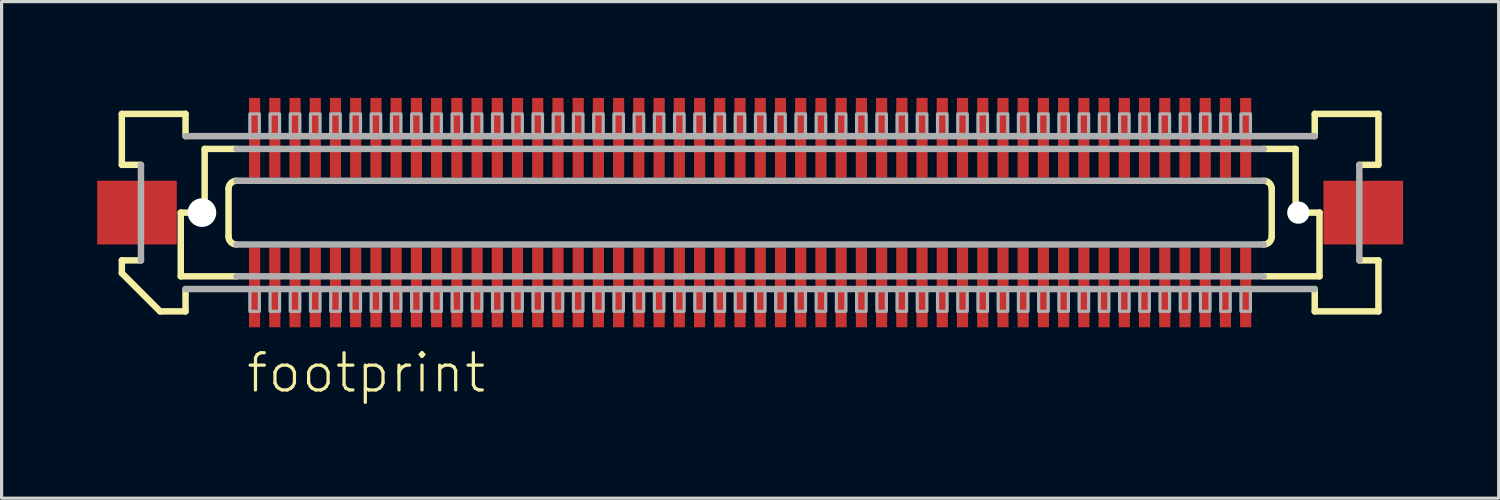
<source format=kicad_pcb>
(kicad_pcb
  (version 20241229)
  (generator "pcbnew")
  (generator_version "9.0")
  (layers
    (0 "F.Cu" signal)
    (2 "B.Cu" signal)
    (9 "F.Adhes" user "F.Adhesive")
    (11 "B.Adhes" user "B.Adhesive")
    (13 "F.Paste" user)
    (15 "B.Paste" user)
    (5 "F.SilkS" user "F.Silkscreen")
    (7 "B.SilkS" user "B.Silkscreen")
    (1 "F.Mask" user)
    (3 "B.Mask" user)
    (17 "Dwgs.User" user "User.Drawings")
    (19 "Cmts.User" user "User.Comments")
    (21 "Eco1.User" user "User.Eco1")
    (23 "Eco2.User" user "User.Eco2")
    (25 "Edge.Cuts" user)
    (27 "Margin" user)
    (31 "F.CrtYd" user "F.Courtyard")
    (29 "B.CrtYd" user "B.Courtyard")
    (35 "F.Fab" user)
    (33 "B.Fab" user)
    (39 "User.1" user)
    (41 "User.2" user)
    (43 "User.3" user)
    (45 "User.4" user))
  (footprint "footprint"
    (layer "F.Cu")
    (at 20.5 3.625)
    (property "Reference" "footprint" (at -15.875 5.715 0) (layer "F.SilkS") (effects (font (size 1.168 1.168) (thickness 0.102)) (justify left bottom)))
    (fp_poly (pts (xy -15.758 3.625) (xy -15.357 3.625) (xy -15.357 1.075) (xy -15.758 1.075)) (stroke (width 0) (type solid)) (fill yes) (layer "F.Mask"))
    (fp_poly (pts (xy -15.357 -3.625) (xy -15.758 -3.625) (xy -15.758 -1.075) (xy -15.357 -1.075)) (stroke (width 0) (type solid)) (fill yes) (layer "F.Mask"))
    (fp_poly (pts (xy -15.123 3.625) (xy -14.723 3.625) (xy -14.723 1.075) (xy -15.123 1.075)) (stroke (width 0) (type solid)) (fill yes) (layer "F.Mask"))
    (fp_poly (pts (xy -14.723 -3.625) (xy -15.123 -3.625) (xy -15.123 -1.075) (xy -14.723 -1.075)) (stroke (width 0) (type solid)) (fill yes) (layer "F.Mask"))
    (fp_poly (pts (xy -14.488 3.625) (xy -14.088 3.625) (xy -14.088 1.075) (xy -14.488 1.075)) (stroke (width 0) (type solid)) (fill yes) (layer "F.Mask"))
    (fp_poly (pts (xy -14.088 -3.625) (xy -14.488 -3.625) (xy -14.488 -1.075) (xy -14.088 -1.075)) (stroke (width 0) (type solid)) (fill yes) (layer "F.Mask"))
    (fp_poly (pts (xy -13.852 3.625) (xy -13.453 3.625) (xy -13.453 1.075) (xy -13.852 1.075)) (stroke (width 0) (type solid)) (fill yes) (layer "F.Mask"))
    (fp_poly (pts (xy -13.453 -3.625) (xy -13.852 -3.625) (xy -13.852 -1.075) (xy -13.453 -1.075)) (stroke (width 0) (type solid)) (fill yes) (layer "F.Mask"))
    (fp_poly (pts (xy -13.217 3.625) (xy -12.818 3.625) (xy -12.818 1.075) (xy -13.217 1.075)) (stroke (width 0) (type solid)) (fill yes) (layer "F.Mask"))
    (fp_poly (pts (xy -12.818 -3.625) (xy -13.217 -3.625) (xy -13.217 -1.075) (xy -12.818 -1.075)) (stroke (width 0) (type solid)) (fill yes) (layer "F.Mask"))
    (fp_poly (pts (xy -12.582 3.625) (xy -12.182 3.625) (xy -12.182 1.075) (xy -12.582 1.075)) (stroke (width 0) (type solid)) (fill yes) (layer "F.Mask"))
    (fp_poly (pts (xy -12.182 -3.625) (xy -12.582 -3.625) (xy -12.582 -1.075) (xy -12.182 -1.075)) (stroke (width 0) (type solid)) (fill yes) (layer "F.Mask"))
    (fp_poly (pts (xy -11.947 3.625) (xy -11.547 3.625) (xy -11.547 1.075) (xy -11.947 1.075)) (stroke (width 0) (type solid)) (fill yes) (layer "F.Mask"))
    (fp_poly (pts (xy -11.547 -3.625) (xy -11.947 -3.625) (xy -11.947 -1.075) (xy -11.547 -1.075)) (stroke (width 0) (type solid)) (fill yes) (layer "F.Mask"))
    (fp_poly (pts (xy -11.312 3.625) (xy -10.912 3.625) (xy -10.912 1.075) (xy -11.312 1.075)) (stroke (width 0) (type solid)) (fill yes) (layer "F.Mask"))
    (fp_poly (pts (xy -10.912 -3.625) (xy -11.312 -3.625) (xy -11.312 -1.075) (xy -10.912 -1.075)) (stroke (width 0) (type solid)) (fill yes) (layer "F.Mask"))
    (fp_poly (pts (xy -10.678 3.625) (xy -10.277 3.625) (xy -10.277 1.075) (xy -10.678 1.075)) (stroke (width 0) (type solid)) (fill yes) (layer "F.Mask"))
    (fp_poly (pts (xy -10.277 -3.625) (xy -10.678 -3.625) (xy -10.678 -1.075) (xy -10.277 -1.075)) (stroke (width 0) (type solid)) (fill yes) (layer "F.Mask"))
    (fp_poly (pts (xy -10.043 3.625) (xy -9.643 3.625) (xy -9.643 1.075) (xy -10.043 1.075)) (stroke (width 0) (type solid)) (fill yes) (layer "F.Mask"))
    (fp_poly (pts (xy -9.643 -3.625) (xy -10.043 -3.625) (xy -10.043 -1.075) (xy -9.643 -1.075)) (stroke (width 0) (type solid)) (fill yes) (layer "F.Mask"))
    (fp_poly (pts (xy -9.408 3.625) (xy -9.008 3.625) (xy -9.008 1.075) (xy -9.408 1.075)) (stroke (width 0) (type solid)) (fill yes) (layer "F.Mask"))
    (fp_poly (pts (xy -9.008 -3.625) (xy -9.408 -3.625) (xy -9.408 -1.075) (xy -9.008 -1.075)) (stroke (width 0) (type solid)) (fill yes) (layer "F.Mask"))
    (fp_poly (pts (xy -8.773 3.625) (xy -8.373 3.625) (xy -8.373 1.075) (xy -8.773 1.075)) (stroke (width 0) (type solid)) (fill yes) (layer "F.Mask"))
    (fp_poly (pts (xy -8.373 -3.625) (xy -8.773 -3.625) (xy -8.773 -1.075) (xy -8.373 -1.075)) (stroke (width 0) (type solid)) (fill yes) (layer "F.Mask"))
    (fp_poly (pts (xy -8.137 3.625) (xy -7.737 3.625) (xy -7.737 1.075) (xy -8.137 1.075)) (stroke (width 0) (type solid)) (fill yes) (layer "F.Mask"))
    (fp_poly (pts (xy -7.737 -3.625) (xy -8.137 -3.625) (xy -8.137 -1.075) (xy -7.737 -1.075)) (stroke (width 0) (type solid)) (fill yes) (layer "F.Mask"))
    (fp_poly (pts (xy -7.503 3.625) (xy -7.103 3.625) (xy -7.103 1.075) (xy -7.503 1.075)) (stroke (width 0) (type solid)) (fill yes) (layer "F.Mask"))
    (fp_poly (pts (xy -7.103 -3.625) (xy -7.503 -3.625) (xy -7.503 -1.075) (xy -7.103 -1.075)) (stroke (width 0) (type solid)) (fill yes) (layer "F.Mask"))
    (fp_poly (pts (xy -6.867 3.625) (xy -6.468 3.625) (xy -6.468 1.075) (xy -6.867 1.075)) (stroke (width 0) (type solid)) (fill yes) (layer "F.Mask"))
    (fp_poly (pts (xy -6.468 -3.625) (xy -6.867 -3.625) (xy -6.867 -1.075) (xy -6.468 -1.075)) (stroke (width 0) (type solid)) (fill yes) (layer "F.Mask"))
    (fp_poly (pts (xy -6.232 3.625) (xy -5.832 3.625) (xy -5.832 1.075) (xy -6.232 1.075)) (stroke (width 0) (type solid)) (fill yes) (layer "F.Mask"))
    (fp_poly (pts (xy -5.832 -3.625) (xy -6.232 -3.625) (xy -6.232 -1.075) (xy -5.832 -1.075)) (stroke (width 0) (type solid)) (fill yes) (layer "F.Mask"))
    (fp_poly (pts (xy -5.598 3.625) (xy -5.197 3.625) (xy -5.197 1.075) (xy -5.598 1.075)) (stroke (width 0) (type solid)) (fill yes) (layer "F.Mask"))
    (fp_poly (pts (xy -5.197 -3.625) (xy -5.598 -3.625) (xy -5.598 -1.075) (xy -5.197 -1.075)) (stroke (width 0) (type solid)) (fill yes) (layer "F.Mask"))
    (fp_poly (pts (xy -4.963 3.625) (xy -4.562 3.625) (xy -4.562 1.075) (xy -4.963 1.075)) (stroke (width 0) (type solid)) (fill yes) (layer "F.Mask"))
    (fp_poly (pts (xy -4.562 -3.625) (xy -4.963 -3.625) (xy -4.963 -1.075) (xy -4.562 -1.075)) (stroke (width 0) (type solid)) (fill yes) (layer "F.Mask"))
    (fp_poly (pts (xy -4.327 3.625) (xy -3.928 3.625) (xy -3.928 1.075) (xy -4.327 1.075)) (stroke (width 0) (type solid)) (fill yes) (layer "F.Mask"))
    (fp_poly (pts (xy -3.928 -3.625) (xy -4.327 -3.625) (xy -4.327 -1.075) (xy -3.928 -1.075)) (stroke (width 0) (type solid)) (fill yes) (layer "F.Mask"))
    (fp_poly (pts (xy -3.692 3.625) (xy -3.292 3.625) (xy -3.292 1.075) (xy -3.692 1.075)) (stroke (width 0) (type solid)) (fill yes) (layer "F.Mask"))
    (fp_poly (pts (xy -3.292 -3.625) (xy -3.692 -3.625) (xy -3.692 -1.075) (xy -3.292 -1.075)) (stroke (width 0) (type solid)) (fill yes) (layer "F.Mask"))
    (fp_poly (pts (xy -3.058 3.625) (xy -2.658 3.625) (xy -2.658 1.075) (xy -3.058 1.075)) (stroke (width 0) (type solid)) (fill yes) (layer "F.Mask"))
    (fp_poly (pts (xy -2.658 -3.625) (xy -3.058 -3.625) (xy -3.058 -1.075) (xy -2.658 -1.075)) (stroke (width 0) (type solid)) (fill yes) (layer "F.Mask"))
    (fp_poly (pts (xy -2.422 3.625) (xy -2.022 3.625) (xy -2.022 1.075) (xy -2.422 1.075)) (stroke (width 0) (type solid)) (fill yes) (layer "F.Mask"))
    (fp_poly (pts (xy -2.022 -3.625) (xy -2.422 -3.625) (xy -2.422 -1.075) (xy -2.022 -1.075)) (stroke (width 0) (type solid)) (fill yes) (layer "F.Mask"))
    (fp_poly (pts (xy -1.788 3.625) (xy -1.387 3.625) (xy -1.387 1.075) (xy -1.788 1.075)) (stroke (width 0) (type solid)) (fill yes) (layer "F.Mask"))
    (fp_poly (pts (xy -1.387 -3.625) (xy -1.788 -3.625) (xy -1.788 -1.075) (xy -1.387 -1.075)) (stroke (width 0) (type solid)) (fill yes) (layer "F.Mask"))
    (fp_poly (pts (xy -1.153 3.625) (xy -0.752 3.625) (xy -0.752 1.075) (xy -1.153 1.075)) (stroke (width 0) (type solid)) (fill yes) (layer "F.Mask"))
    (fp_poly (pts (xy -0.752 -3.625) (xy -1.153 -3.625) (xy -1.153 -1.075) (xy -0.752 -1.075)) (stroke (width 0) (type solid)) (fill yes) (layer "F.Mask"))
    (fp_poly (pts (xy -0.517 3.625) (xy -0.117 3.625) (xy -0.117 1.075) (xy -0.517 1.075)) (stroke (width 0) (type solid)) (fill yes) (layer "F.Mask"))
    (fp_poly (pts (xy -0.117 -3.625) (xy -0.517 -3.625) (xy -0.517 -1.075) (xy -0.117 -1.075)) (stroke (width 0) (type solid)) (fill yes) (layer "F.Mask"))
    (fp_poly (pts (xy 0.117 3.625) (xy 0.517 3.625) (xy 0.517 1.075) (xy 0.117 1.075)) (stroke (width 0) (type solid)) (fill yes) (layer "F.Mask"))
    (fp_poly (pts (xy 0.517 -3.625) (xy 0.117 -3.625) (xy 0.117 -1.075) (xy 0.517 -1.075)) (stroke (width 0) (type solid)) (fill yes) (layer "F.Mask"))
    (fp_poly (pts (xy 0.752 3.625) (xy 1.153 3.625) (xy 1.153 1.075) (xy 0.752 1.075)) (stroke (width 0) (type solid)) (fill yes) (layer "F.Mask"))
    (fp_poly (pts (xy 1.153 -3.625) (xy 0.752 -3.625) (xy 0.752 -1.075) (xy 1.153 -1.075)) (stroke (width 0) (type solid)) (fill yes) (layer "F.Mask"))
    (fp_poly (pts (xy 1.387 3.625) (xy 1.788 3.625) (xy 1.788 1.075) (xy 1.387 1.075)) (stroke (width 0) (type solid)) (fill yes) (layer "F.Mask"))
    (fp_poly (pts (xy 1.788 -3.625) (xy 1.387 -3.625) (xy 1.387 -1.075) (xy 1.788 -1.075)) (stroke (width 0) (type solid)) (fill yes) (layer "F.Mask"))
    (fp_poly (pts (xy 2.022 3.625) (xy 2.422 3.625) (xy 2.422 1.075) (xy 2.022 1.075)) (stroke (width 0) (type solid)) (fill yes) (layer "F.Mask"))
    (fp_poly (pts (xy 2.422 -3.625) (xy 2.022 -3.625) (xy 2.022 -1.075) (xy 2.422 -1.075)) (stroke (width 0) (type solid)) (fill yes) (layer "F.Mask"))
    (fp_poly (pts (xy 2.658 3.625) (xy 3.058 3.625) (xy 3.058 1.075) (xy 2.658 1.075)) (stroke (width 0) (type solid)) (fill yes) (layer "F.Mask"))
    (fp_poly (pts (xy 3.058 -3.625) (xy 2.658 -3.625) (xy 2.658 -1.075) (xy 3.058 -1.075)) (stroke (width 0) (type solid)) (fill yes) (layer "F.Mask"))
    (fp_poly (pts (xy 3.292 3.625) (xy 3.692 3.625) (xy 3.692 1.075) (xy 3.292 1.075)) (stroke (width 0) (type solid)) (fill yes) (layer "F.Mask"))
    (fp_poly (pts (xy 3.692 -3.625) (xy 3.292 -3.625) (xy 3.292 -1.075) (xy 3.692 -1.075)) (stroke (width 0) (type solid)) (fill yes) (layer "F.Mask"))
    (fp_poly (pts (xy 3.928 3.625) (xy 4.327 3.625) (xy 4.327 1.075) (xy 3.928 1.075)) (stroke (width 0) (type solid)) (fill yes) (layer "F.Mask"))
    (fp_poly (pts (xy 4.327 -3.625) (xy 3.928 -3.625) (xy 3.928 -1.075) (xy 4.327 -1.075)) (stroke (width 0) (type solid)) (fill yes) (layer "F.Mask"))
    (fp_poly (pts (xy 4.562 3.625) (xy 4.963 3.625) (xy 4.963 1.075) (xy 4.562 1.075)) (stroke (width 0) (type solid)) (fill yes) (layer "F.Mask"))
    (fp_poly (pts (xy 4.963 -3.625) (xy 4.562 -3.625) (xy 4.562 -1.075) (xy 4.963 -1.075)) (stroke (width 0) (type solid)) (fill yes) (layer "F.Mask"))
    (fp_poly (pts (xy 5.197 3.625) (xy 5.598 3.625) (xy 5.598 1.075) (xy 5.197 1.075)) (stroke (width 0) (type solid)) (fill yes) (layer "F.Mask"))
    (fp_poly (pts (xy 5.598 -3.625) (xy 5.197 -3.625) (xy 5.197 -1.075) (xy 5.598 -1.075)) (stroke (width 0) (type solid)) (fill yes) (layer "F.Mask"))
    (fp_poly (pts (xy 5.832 3.625) (xy 6.232 3.625) (xy 6.232 1.075) (xy 5.832 1.075)) (stroke (width 0) (type solid)) (fill yes) (layer "F.Mask"))
    (fp_poly (pts (xy 6.232 -3.625) (xy 5.832 -3.625) (xy 5.832 -1.075) (xy 6.232 -1.075)) (stroke (width 0) (type solid)) (fill yes) (layer "F.Mask"))
    (fp_poly (pts (xy 6.468 3.625) (xy 6.867 3.625) (xy 6.867 1.075) (xy 6.468 1.075)) (stroke (width 0) (type solid)) (fill yes) (layer "F.Mask"))
    (fp_poly (pts (xy 6.867 -3.625) (xy 6.468 -3.625) (xy 6.468 -1.075) (xy 6.867 -1.075)) (stroke (width 0) (type solid)) (fill yes) (layer "F.Mask"))
    (fp_poly (pts (xy 7.103 3.625) (xy 7.503 3.625) (xy 7.503 1.075) (xy 7.103 1.075)) (stroke (width 0) (type solid)) (fill yes) (layer "F.Mask"))
    (fp_poly (pts (xy 7.503 -3.625) (xy 7.103 -3.625) (xy 7.103 -1.075) (xy 7.503 -1.075)) (stroke (width 0) (type solid)) (fill yes) (layer "F.Mask"))
    (fp_poly (pts (xy 7.737 3.625) (xy 8.137 3.625) (xy 8.137 1.075) (xy 7.737 1.075)) (stroke (width 0) (type solid)) (fill yes) (layer "F.Mask"))
    (fp_poly (pts (xy 8.137 -3.625) (xy 7.737 -3.625) (xy 7.737 -1.075) (xy 8.137 -1.075)) (stroke (width 0) (type solid)) (fill yes) (layer "F.Mask"))
    (fp_poly (pts (xy 8.373 3.625) (xy 8.773 3.625) (xy 8.773 1.075) (xy 8.373 1.075)) (stroke (width 0) (type solid)) (fill yes) (layer "F.Mask"))
    (fp_poly (pts (xy 8.773 -3.625) (xy 8.373 -3.625) (xy 8.373 -1.075) (xy 8.773 -1.075)) (stroke (width 0) (type solid)) (fill yes) (layer "F.Mask"))
    (fp_poly (pts (xy 9.008 3.625) (xy 9.408 3.625) (xy 9.408 1.075) (xy 9.008 1.075)) (stroke (width 0) (type solid)) (fill yes) (layer "F.Mask"))
    (fp_poly (pts (xy 9.408 -3.625) (xy 9.008 -3.625) (xy 9.008 -1.075) (xy 9.408 -1.075)) (stroke (width 0) (type solid)) (fill yes) (layer "F.Mask"))
    (fp_poly (pts (xy 9.643 3.625) (xy 10.043 3.625) (xy 10.043 1.075) (xy 9.643 1.075)) (stroke (width 0) (type solid)) (fill yes) (layer "F.Mask"))
    (fp_poly (pts (xy 10.043 -3.625) (xy 9.643 -3.625) (xy 9.643 -1.075) (xy 10.043 -1.075)) (stroke (width 0) (type solid)) (fill yes) (layer "F.Mask"))
    (fp_poly (pts (xy 10.277 3.625) (xy 10.678 3.625) (xy 10.678 1.075) (xy 10.277 1.075)) (stroke (width 0) (type solid)) (fill yes) (layer "F.Mask"))
    (fp_poly (pts (xy 10.678 -3.625) (xy 10.277 -3.625) (xy 10.277 -1.075) (xy 10.678 -1.075)) (stroke (width 0) (type solid)) (fill yes) (layer "F.Mask"))
    (fp_poly (pts (xy 10.912 3.625) (xy 11.312 3.625) (xy 11.312 1.075) (xy 10.912 1.075)) (stroke (width 0) (type solid)) (fill yes) (layer "F.Mask"))
    (fp_poly (pts (xy 11.312 -3.625) (xy 10.912 -3.625) (xy 10.912 -1.075) (xy 11.312 -1.075)) (stroke (width 0) (type solid)) (fill yes) (layer "F.Mask"))
    (fp_poly (pts (xy 11.547 3.625) (xy 11.947 3.625) (xy 11.947 1.075) (xy 11.547 1.075)) (stroke (width 0) (type solid)) (fill yes) (layer "F.Mask"))
    (fp_poly (pts (xy 11.947 -3.625) (xy 11.547 -3.625) (xy 11.547 -1.075) (xy 11.947 -1.075)) (stroke (width 0) (type solid)) (fill yes) (layer "F.Mask"))
    (fp_poly (pts (xy 12.182 3.625) (xy 12.582 3.625) (xy 12.582 1.075) (xy 12.182 1.075)) (stroke (width 0) (type solid)) (fill yes) (layer "F.Mask"))
    (fp_poly (pts (xy 12.582 -3.625) (xy 12.182 -3.625) (xy 12.182 -1.075) (xy 12.582 -1.075)) (stroke (width 0) (type solid)) (fill yes) (layer "F.Mask"))
    (fp_poly (pts (xy 12.818 3.625) (xy 13.217 3.625) (xy 13.217 1.075) (xy 12.818 1.075)) (stroke (width 0) (type solid)) (fill yes) (layer "F.Mask"))
    (fp_poly (pts (xy 13.217 -3.625) (xy 12.818 -3.625) (xy 12.818 -1.075) (xy 13.217 -1.075)) (stroke (width 0) (type solid)) (fill yes) (layer "F.Mask"))
    (fp_poly (pts (xy 13.453 3.625) (xy 13.852 3.625) (xy 13.852 1.075) (xy 13.453 1.075)) (stroke (width 0) (type solid)) (fill yes) (layer "F.Mask"))
    (fp_poly (pts (xy 13.852 -3.625) (xy 13.453 -3.625) (xy 13.453 -1.075) (xy 13.852 -1.075)) (stroke (width 0) (type solid)) (fill yes) (layer "F.Mask"))
    (fp_poly (pts (xy 14.088 3.625) (xy 14.488 3.625) (xy 14.488 1.075) (xy 14.088 1.075)) (stroke (width 0) (type solid)) (fill yes) (layer "F.Mask"))
    (fp_poly (pts (xy 14.488 -3.625) (xy 14.088 -3.625) (xy 14.088 -1.075) (xy 14.488 -1.075)) (stroke (width 0) (type solid)) (fill yes) (layer "F.Mask"))
    (fp_poly (pts (xy 14.723 3.625) (xy 15.123 3.625) (xy 15.123 1.075) (xy 14.723 1.075)) (stroke (width 0) (type solid)) (fill yes) (layer "F.Mask"))
    (fp_poly (pts (xy 15.123 -3.625) (xy 14.723 -3.625) (xy 14.723 -1.075) (xy 15.123 -1.075)) (stroke (width 0) (type solid)) (fill yes) (layer "F.Mask"))
    (fp_poly (pts (xy 15.357 3.625) (xy 15.758 3.625) (xy 15.758 1.075) (xy 15.357 1.075)) (stroke (width 0) (type solid)) (fill yes) (layer "F.Mask"))
    (fp_poly (pts (xy 15.758 -3.625) (xy 15.357 -3.625) (xy 15.357 -1.075) (xy 15.758 -1.075)) (stroke (width 0) (type solid)) (fill yes) (layer "F.Mask"))
    (fp_line (start -19.725 -3.1) (end -17.725 -3.1) (stroke (width 0.203) (type solid)) (layer "F.SilkS"))
    (fp_line (start -19.725 -1.5) (end -19.725 -3.1) (stroke (width 0.203) (type solid)) (layer "F.SilkS"))
    (fp_line (start -19.725 1.5) (end -19.125 1.5) (stroke (width 0.203) (type solid)) (layer "F.SilkS"))
    (fp_line (start -19.725 1.9) (end -19.725 1.5) (stroke (width 0.203) (type solid)) (layer "F.SilkS"))
    (fp_line (start -19.125 -1.5) (end -19.725 -1.5) (stroke (width 0.203) (type solid)) (layer "F.SilkS"))
    (fp_line (start -18.525 3.1) (end -19.725 1.9) (stroke (width 0.203) (type solid)) (layer "F.SilkS"))
    (fp_line (start -17.875 0) (end -17.875 2) (stroke (width 0.203) (type solid)) (layer "F.SilkS"))
    (fp_line (start -17.875 2) (end -16.125 2) (stroke (width 0.203) (type solid)) (layer "F.SilkS"))
    (fp_line (start -17.725 -3.1) (end -17.725 -2.4) (stroke (width 0.203) (type solid)) (layer "F.SilkS"))
    (fp_line (start -17.725 2.4) (end -17.725 3.1) (stroke (width 0.203) (type solid)) (layer "F.SilkS"))
    (fp_line (start -17.725 3.1) (end -18.525 3.1) (stroke (width 0.203) (type solid)) (layer "F.SilkS"))
    (fp_line (start -17.125 -2) (end -17.125 0) (stroke (width 0.203) (type solid)) (layer "F.SilkS"))
    (fp_line (start -17.125 0) (end -17.875 0) (stroke (width 0.203) (type solid)) (layer "F.SilkS"))
    (fp_line (start -16.375 0.75) (end -16.375 -0.75) (stroke (width 0.203) (type solid)) (layer "F.SilkS"))
    (fp_line (start -16.125 -2) (end -17.125 -2) (stroke (width 0.203) (type solid)) (layer "F.SilkS"))
    (fp_line (start 16.125 2) (end 17.875 2) (stroke (width 0.203) (type solid)) (layer "F.SilkS"))
    (fp_line (start 16.375 -0.75) (end 16.375 0.75) (stroke (width 0.203) (type solid)) (layer "F.SilkS"))
    (fp_line (start 17.125 -2) (end 16.125 -2) (stroke (width 0.203) (type solid)) (layer "F.SilkS"))
    (fp_line (start 17.125 -2) (end 17.125 0) (stroke (width 0.203) (type solid)) (layer "F.SilkS"))
    (fp_line (start 17.725 -3.1) (end 19.725 -3.1) (stroke (width 0.203) (type solid)) (layer "F.SilkS"))
    (fp_line (start 17.725 -2.4) (end 17.725 -3.1) (stroke (width 0.203) (type solid)) (layer "F.SilkS"))
    (fp_line (start 17.725 3.1) (end 17.725 2.4) (stroke (width 0.203) (type solid)) (layer "F.SilkS"))
    (fp_line (start 17.875 0) (end 17.125 0) (stroke (width 0.203) (type solid)) (layer "F.SilkS"))
    (fp_line (start 17.875 0) (end 17.875 2) (stroke (width 0.203) (type solid)) (layer "F.SilkS"))
    (fp_line (start 19.125 1.5) (end 19.725 1.5) (stroke (width 0.203) (type solid)) (layer "F.SilkS"))
    (fp_line (start 19.725 -3.1) (end 19.725 -1.5) (stroke (width 0.203) (type solid)) (layer "F.SilkS"))
    (fp_line (start 19.725 -1.5) (end 19.125 -1.5) (stroke (width 0.203) (type solid)) (layer "F.SilkS"))
    (fp_line (start 19.725 1.5) (end 19.725 3.1) (stroke (width 0.203) (type solid)) (layer "F.SilkS"))
    (fp_line (start 19.725 3.1) (end 17.725 3.1) (stroke (width 0.203) (type solid)) (layer "F.SilkS"))
    (fp_arc (start -16.375 -0.75) (mid -16.301777 -0.926777) (end -16.125 -1) (stroke (width 0.2032) (type solid)) (layer "F.SilkS"))
    (fp_arc (start -16.125 1) (mid -16.301777 0.926777) (end -16.375 0.75) (stroke (width 0.2032) (type solid)) (layer "F.SilkS"))
    (fp_arc (start 16.125 -1) (mid 16.301777 -0.926777) (end 16.375 -0.75) (stroke (width 0.2032) (type solid)) (layer "F.SilkS"))
    (fp_arc (start 16.375 0.75) (mid 16.301777 0.926777) (end 16.125 1) (stroke (width 0.2032) (type solid)) (layer "F.SilkS"))
    (fp_line (start -19.125 1.5) (end -19.125 -1.5) (stroke (width 0.203) (type solid)) (layer "F.Fab"))
    (fp_line (start -17.725 -2.4) (end 17.725 -2.4) (stroke (width 0.203) (type solid)) (layer "F.Fab"))
    (fp_line (start -16.125 -1) (end 16.125 -1) (stroke (width 0.203) (type solid)) (layer "F.Fab"))
    (fp_line (start -16.125 2) (end 16.125 2) (stroke (width 0.203) (type solid)) (layer "F.Fab"))
    (fp_line (start 16.125 -2) (end -16.125 -2) (stroke (width 0.203) (type solid)) (layer "F.Fab"))
    (fp_line (start 16.125 1) (end -16.125 1) (stroke (width 0.203) (type solid)) (layer "F.Fab"))
    (fp_line (start 17.725 2.4) (end -17.725 2.4) (stroke (width 0.203) (type solid)) (layer "F.Fab"))
    (fp_line (start 19.125 -1.5) (end 19.125 1.5) (stroke (width 0.203) (type solid)) (layer "F.Fab"))
    (fp_poly (pts (xy -15.707 3.1) (xy -15.408 3.1) (xy -15.408 2.375) (xy -15.707 2.375)) (stroke (width 0.1) (type solid)) (fill no) (layer "F.Fab"))
    (fp_poly (pts (xy -15.408 -3.1) (xy -15.707 -3.1) (xy -15.707 -2.375) (xy -15.408 -2.375)) (stroke (width 0.1) (type solid)) (fill no) (layer "F.Fab"))
    (fp_poly (pts (xy -15.072 3.1) (xy -14.773 3.1) (xy -14.773 2.375) (xy -15.072 2.375)) (stroke (width 0.1) (type solid)) (fill no) (layer "F.Fab"))
    (fp_poly (pts (xy -14.773 -3.1) (xy -15.072 -3.1) (xy -15.072 -2.375) (xy -14.773 -2.375)) (stroke (width 0.1) (type solid)) (fill no) (layer "F.Fab"))
    (fp_poly (pts (xy -14.438 3.1) (xy -14.137 3.1) (xy -14.137 2.375) (xy -14.438 2.375)) (stroke (width 0.1) (type solid)) (fill no) (layer "F.Fab"))
    (fp_poly (pts (xy -14.137 -3.1) (xy -14.438 -3.1) (xy -14.438 -2.375) (xy -14.137 -2.375)) (stroke (width 0.1) (type solid)) (fill no) (layer "F.Fab"))
    (fp_poly (pts (xy -13.803 3.1) (xy -13.502 3.1) (xy -13.502 2.375) (xy -13.803 2.375)) (stroke (width 0.1) (type solid)) (fill no) (layer "F.Fab"))
    (fp_poly (pts (xy -13.502 -3.1) (xy -13.803 -3.1) (xy -13.803 -2.375) (xy -13.502 -2.375)) (stroke (width 0.1) (type solid)) (fill no) (layer "F.Fab"))
    (fp_poly (pts (xy -13.168 3.1) (xy -12.867 3.1) (xy -12.867 2.375) (xy -13.168 2.375)) (stroke (width 0.1) (type solid)) (fill no) (layer "F.Fab"))
    (fp_poly (pts (xy -12.867 -3.1) (xy -13.168 -3.1) (xy -13.168 -2.375) (xy -12.867 -2.375)) (stroke (width 0.1) (type solid)) (fill no) (layer "F.Fab"))
    (fp_poly (pts (xy -12.533 3.1) (xy -12.232 3.1) (xy -12.232 2.375) (xy -12.533 2.375)) (stroke (width 0.1) (type solid)) (fill no) (layer "F.Fab"))
    (fp_poly (pts (xy -12.232 -3.1) (xy -12.533 -3.1) (xy -12.533 -2.375) (xy -12.232 -2.375)) (stroke (width 0.1) (type solid)) (fill no) (layer "F.Fab"))
    (fp_poly (pts (xy -11.898 3.1) (xy -11.598 3.1) (xy -11.598 2.375) (xy -11.898 2.375)) (stroke (width 0.1) (type solid)) (fill no) (layer "F.Fab"))
    (fp_poly (pts (xy -11.598 -3.1) (xy -11.898 -3.1) (xy -11.898 -2.375) (xy -11.598 -2.375)) (stroke (width 0.1) (type solid)) (fill no) (layer "F.Fab"))
    (fp_poly (pts (xy -11.262 3.1) (xy -10.963 3.1) (xy -10.963 2.375) (xy -11.262 2.375)) (stroke (width 0.1) (type solid)) (fill no) (layer "F.Fab"))
    (fp_poly (pts (xy -10.963 -3.1) (xy -11.262 -3.1) (xy -11.262 -2.375) (xy -10.963 -2.375)) (stroke (width 0.1) (type solid)) (fill no) (layer "F.Fab"))
    (fp_poly (pts (xy -10.627 3.1) (xy -10.328 3.1) (xy -10.328 2.375) (xy -10.627 2.375)) (stroke (width 0.1) (type solid)) (fill no) (layer "F.Fab"))
    (fp_poly (pts (xy -10.328 -3.1) (xy -10.627 -3.1) (xy -10.627 -2.375) (xy -10.328 -2.375)) (stroke (width 0.1) (type solid)) (fill no) (layer "F.Fab"))
    (fp_poly (pts (xy -9.992 3.1) (xy -9.693 3.1) (xy -9.693 2.375) (xy -9.992 2.375)) (stroke (width 0.1) (type solid)) (fill no) (layer "F.Fab"))
    (fp_poly (pts (xy -9.693 -3.1) (xy -9.992 -3.1) (xy -9.992 -2.375) (xy -9.693 -2.375)) (stroke (width 0.1) (type solid)) (fill no) (layer "F.Fab"))
    (fp_poly (pts (xy -9.357 3.1) (xy -9.057 3.1) (xy -9.057 2.375) (xy -9.357 2.375)) (stroke (width 0.1) (type solid)) (fill no) (layer "F.Fab"))
    (fp_poly (pts (xy -9.057 -3.1) (xy -9.357 -3.1) (xy -9.357 -2.375) (xy -9.057 -2.375)) (stroke (width 0.1) (type solid)) (fill no) (layer "F.Fab"))
    (fp_poly (pts (xy -8.723 3.1) (xy -8.422 3.1) (xy -8.422 2.375) (xy -8.723 2.375)) (stroke (width 0.1) (type solid)) (fill no) (layer "F.Fab"))
    (fp_poly (pts (xy -8.422 -3.1) (xy -8.723 -3.1) (xy -8.723 -2.375) (xy -8.422 -2.375)) (stroke (width 0.1) (type solid)) (fill no) (layer "F.Fab"))
    (fp_poly (pts (xy -8.088 3.1) (xy -7.787 3.1) (xy -7.787 2.375) (xy -8.088 2.375)) (stroke (width 0.1) (type solid)) (fill no) (layer "F.Fab"))
    (fp_poly (pts (xy -7.787 -3.1) (xy -8.088 -3.1) (xy -8.088 -2.375) (xy -7.787 -2.375)) (stroke (width 0.1) (type solid)) (fill no) (layer "F.Fab"))
    (fp_poly (pts (xy -7.452 3.1) (xy -7.152 3.1) (xy -7.152 2.375) (xy -7.452 2.375)) (stroke (width 0.1) (type solid)) (fill no) (layer "F.Fab"))
    (fp_poly (pts (xy -7.152 -3.1) (xy -7.452 -3.1) (xy -7.452 -2.375) (xy -7.152 -2.375)) (stroke (width 0.1) (type solid)) (fill no) (layer "F.Fab"))
    (fp_poly (pts (xy -6.817 3.1) (xy -6.518 3.1) (xy -6.518 2.375) (xy -6.817 2.375)) (stroke (width 0.1) (type solid)) (fill no) (layer "F.Fab"))
    (fp_poly (pts (xy -6.518 -3.1) (xy -6.817 -3.1) (xy -6.817 -2.375) (xy -6.518 -2.375)) (stroke (width 0.1) (type solid)) (fill no) (layer "F.Fab"))
    (fp_poly (pts (xy -6.183 3.1) (xy -5.883 3.1) (xy -5.883 2.375) (xy -6.183 2.375)) (stroke (width 0.1) (type solid)) (fill no) (layer "F.Fab"))
    (fp_poly (pts (xy -5.883 -3.1) (xy -6.183 -3.1) (xy -6.183 -2.375) (xy -5.883 -2.375)) (stroke (width 0.1) (type solid)) (fill no) (layer "F.Fab"))
    (fp_poly (pts (xy -5.548 3.1) (xy -5.247 3.1) (xy -5.247 2.375) (xy -5.548 2.375)) (stroke (width 0.1) (type solid)) (fill no) (layer "F.Fab"))
    (fp_poly (pts (xy -5.247 -3.1) (xy -5.548 -3.1) (xy -5.548 -2.375) (xy -5.247 -2.375)) (stroke (width 0.1) (type solid)) (fill no) (layer "F.Fab"))
    (fp_poly (pts (xy -4.912 3.1) (xy -4.612 3.1) (xy -4.612 2.375) (xy -4.912 2.375)) (stroke (width 0.1) (type solid)) (fill no) (layer "F.Fab"))
    (fp_poly (pts (xy -4.612 -3.1) (xy -4.912 -3.1) (xy -4.912 -2.375) (xy -4.612 -2.375)) (stroke (width 0.1) (type solid)) (fill no) (layer "F.Fab"))
    (fp_poly (pts (xy -4.277 3.1) (xy -3.978 3.1) (xy -3.978 2.375) (xy -4.277 2.375)) (stroke (width 0.1) (type solid)) (fill no) (layer "F.Fab"))
    (fp_poly (pts (xy -3.978 -3.1) (xy -4.277 -3.1) (xy -4.277 -2.375) (xy -3.978 -2.375)) (stroke (width 0.1) (type solid)) (fill no) (layer "F.Fab"))
    (fp_poly (pts (xy -3.643 3.1) (xy -3.342 3.1) (xy -3.342 2.375) (xy -3.643 2.375)) (stroke (width 0.1) (type solid)) (fill no) (layer "F.Fab"))
    (fp_poly (pts (xy -3.342 -3.1) (xy -3.643 -3.1) (xy -3.643 -2.375) (xy -3.342 -2.375)) (stroke (width 0.1) (type solid)) (fill no) (layer "F.Fab"))
    (fp_poly (pts (xy -3.007 3.1) (xy -2.708 3.1) (xy -2.708 2.375) (xy -3.007 2.375)) (stroke (width 0.1) (type solid)) (fill no) (layer "F.Fab"))
    (fp_poly (pts (xy -2.708 -3.1) (xy -3.007 -3.1) (xy -3.007 -2.375) (xy -2.708 -2.375)) (stroke (width 0.1) (type solid)) (fill no) (layer "F.Fab"))
    (fp_poly (pts (xy -2.373 3.1) (xy -2.072 3.1) (xy -2.072 2.375) (xy -2.373 2.375)) (stroke (width 0.1) (type solid)) (fill no) (layer "F.Fab"))
    (fp_poly (pts (xy -2.072 -3.1) (xy -2.373 -3.1) (xy -2.373 -2.375) (xy -2.072 -2.375)) (stroke (width 0.1) (type solid)) (fill no) (layer "F.Fab"))
    (fp_poly (pts (xy -1.738 3.1) (xy -1.438 3.1) (xy -1.438 2.375) (xy -1.738 2.375)) (stroke (width 0.1) (type solid)) (fill no) (layer "F.Fab"))
    (fp_poly (pts (xy -1.438 -3.1) (xy -1.738 -3.1) (xy -1.738 -2.375) (xy -1.438 -2.375)) (stroke (width 0.1) (type solid)) (fill no) (layer "F.Fab"))
    (fp_poly (pts (xy -1.103 3.1) (xy -0.802 3.1) (xy -0.802 2.375) (xy -1.103 2.375)) (stroke (width 0.1) (type solid)) (fill no) (layer "F.Fab"))
    (fp_poly (pts (xy -0.802 -3.1) (xy -1.103 -3.1) (xy -1.103 -2.375) (xy -0.802 -2.375)) (stroke (width 0.1) (type solid)) (fill no) (layer "F.Fab"))
    (fp_poly (pts (xy -0.468 3.1) (xy -0.168 3.1) (xy -0.168 2.375) (xy -0.468 2.375)) (stroke (width 0.1) (type solid)) (fill no) (layer "F.Fab"))
    (fp_poly (pts (xy -0.168 -3.1) (xy -0.468 -3.1) (xy -0.468 -2.375) (xy -0.168 -2.375)) (stroke (width 0.1) (type solid)) (fill no) (layer "F.Fab"))
    (fp_poly (pts (xy 0.168 3.1) (xy 0.468 3.1) (xy 0.468 2.375) (xy 0.168 2.375)) (stroke (width 0.1) (type solid)) (fill no) (layer "F.Fab"))
    (fp_poly (pts (xy 0.468 -3.1) (xy 0.168 -3.1) (xy 0.168 -2.375) (xy 0.468 -2.375)) (stroke (width 0.1) (type solid)) (fill no) (layer "F.Fab"))
    (fp_poly (pts (xy 0.802 3.1) (xy 1.103 3.1) (xy 1.103 2.375) (xy 0.802 2.375)) (stroke (width 0.1) (type solid)) (fill no) (layer "F.Fab"))
    (fp_poly (pts (xy 1.103 -3.1) (xy 0.802 -3.1) (xy 0.802 -2.375) (xy 1.103 -2.375)) (stroke (width 0.1) (type solid)) (fill no) (layer "F.Fab"))
    (fp_poly (pts (xy 1.438 3.1) (xy 1.738 3.1) (xy 1.738 2.375) (xy 1.438 2.375)) (stroke (width 0.1) (type solid)) (fill no) (layer "F.Fab"))
    (fp_poly (pts (xy 1.738 -3.1) (xy 1.438 -3.1) (xy 1.438 -2.375) (xy 1.738 -2.375)) (stroke (width 0.1) (type solid)) (fill no) (layer "F.Fab"))
    (fp_poly (pts (xy 2.072 3.1) (xy 2.373 3.1) (xy 2.373 2.375) (xy 2.072 2.375)) (stroke (width 0.1) (type solid)) (fill no) (layer "F.Fab"))
    (fp_poly (pts (xy 2.373 -3.1) (xy 2.072 -3.1) (xy 2.072 -2.375) (xy 2.373 -2.375)) (stroke (width 0.1) (type solid)) (fill no) (layer "F.Fab"))
    (fp_poly (pts (xy 2.708 3.1) (xy 3.007 3.1) (xy 3.007 2.375) (xy 2.708 2.375)) (stroke (width 0.1) (type solid)) (fill no) (layer "F.Fab"))
    (fp_poly (pts (xy 3.007 -3.1) (xy 2.708 -3.1) (xy 2.708 -2.375) (xy 3.007 -2.375)) (stroke (width 0.1) (type solid)) (fill no) (layer "F.Fab"))
    (fp_poly (pts (xy 3.342 3.1) (xy 3.643 3.1) (xy 3.643 2.375) (xy 3.342 2.375)) (stroke (width 0.1) (type solid)) (fill no) (layer "F.Fab"))
    (fp_poly (pts (xy 3.643 -3.1) (xy 3.342 -3.1) (xy 3.342 -2.375) (xy 3.643 -2.375)) (stroke (width 0.1) (type solid)) (fill no) (layer "F.Fab"))
    (fp_poly (pts (xy 3.978 3.1) (xy 4.277 3.1) (xy 4.277 2.375) (xy 3.978 2.375)) (stroke (width 0.1) (type solid)) (fill no) (layer "F.Fab"))
    (fp_poly (pts (xy 4.277 -3.1) (xy 3.978 -3.1) (xy 3.978 -2.375) (xy 4.277 -2.375)) (stroke (width 0.1) (type solid)) (fill no) (layer "F.Fab"))
    (fp_poly (pts (xy 4.612 3.1) (xy 4.912 3.1) (xy 4.912 2.375) (xy 4.612 2.375)) (stroke (width 0.1) (type solid)) (fill no) (layer "F.Fab"))
    (fp_poly (pts (xy 4.912 -3.1) (xy 4.612 -3.1) (xy 4.612 -2.375) (xy 4.912 -2.375)) (stroke (width 0.1) (type solid)) (fill no) (layer "F.Fab"))
    (fp_poly (pts (xy 5.247 3.1) (xy 5.548 3.1) (xy 5.548 2.375) (xy 5.247 2.375)) (stroke (width 0.1) (type solid)) (fill no) (layer "F.Fab"))
    (fp_poly (pts (xy 5.548 -3.1) (xy 5.247 -3.1) (xy 5.247 -2.375) (xy 5.548 -2.375)) (stroke (width 0.1) (type solid)) (fill no) (layer "F.Fab"))
    (fp_poly (pts (xy 5.883 3.1) (xy 6.183 3.1) (xy 6.183 2.375) (xy 5.883 2.375)) (stroke (width 0.1) (type solid)) (fill no) (layer "F.Fab"))
    (fp_poly (pts (xy 6.183 -3.1) (xy 5.883 -3.1) (xy 5.883 -2.375) (xy 6.183 -2.375)) (stroke (width 0.1) (type solid)) (fill no) (layer "F.Fab"))
    (fp_poly (pts (xy 6.518 3.1) (xy 6.817 3.1) (xy 6.817 2.375) (xy 6.518 2.375)) (stroke (width 0.1) (type solid)) (fill no) (layer "F.Fab"))
    (fp_poly (pts (xy 6.817 -3.1) (xy 6.518 -3.1) (xy 6.518 -2.375) (xy 6.817 -2.375)) (stroke (width 0.1) (type solid)) (fill no) (layer "F.Fab"))
    (fp_poly (pts (xy 7.152 3.1) (xy 7.452 3.1) (xy 7.452 2.375) (xy 7.152 2.375)) (stroke (width 0.1) (type solid)) (fill no) (layer "F.Fab"))
    (fp_poly (pts (xy 7.452 -3.1) (xy 7.152 -3.1) (xy 7.152 -2.375) (xy 7.452 -2.375)) (stroke (width 0.1) (type solid)) (fill no) (layer "F.Fab"))
    (fp_poly (pts (xy 7.787 3.1) (xy 8.088 3.1) (xy 8.088 2.375) (xy 7.787 2.375)) (stroke (width 0.1) (type solid)) (fill no) (layer "F.Fab"))
    (fp_poly (pts (xy 8.088 -3.1) (xy 7.787 -3.1) (xy 7.787 -2.375) (xy 8.088 -2.375)) (stroke (width 0.1) (type solid)) (fill no) (layer "F.Fab"))
    (fp_poly (pts (xy 8.422 3.1) (xy 8.723 3.1) (xy 8.723 2.375) (xy 8.422 2.375)) (stroke (width 0.1) (type solid)) (fill no) (layer "F.Fab"))
    (fp_poly (pts (xy 8.723 -3.1) (xy 8.422 -3.1) (xy 8.422 -2.375) (xy 8.723 -2.375)) (stroke (width 0.1) (type solid)) (fill no) (layer "F.Fab"))
    (fp_poly (pts (xy 9.057 3.1) (xy 9.357 3.1) (xy 9.357 2.375) (xy 9.057 2.375)) (stroke (width 0.1) (type solid)) (fill no) (layer "F.Fab"))
    (fp_poly (pts (xy 9.357 -3.1) (xy 9.057 -3.1) (xy 9.057 -2.375) (xy 9.357 -2.375)) (stroke (width 0.1) (type solid)) (fill no) (layer "F.Fab"))
    (fp_poly (pts (xy 9.693 3.1) (xy 9.992 3.1) (xy 9.992 2.375) (xy 9.693 2.375)) (stroke (width 0.1) (type solid)) (fill no) (layer "F.Fab"))
    (fp_poly (pts (xy 9.992 -3.1) (xy 9.693 -3.1) (xy 9.693 -2.375) (xy 9.992 -2.375)) (stroke (width 0.1) (type solid)) (fill no) (layer "F.Fab"))
    (fp_poly (pts (xy 10.328 3.1) (xy 10.627 3.1) (xy 10.627 2.375) (xy 10.328 2.375)) (stroke (width 0.1) (type solid)) (fill no) (layer "F.Fab"))
    (fp_poly (pts (xy 10.627 -3.1) (xy 10.328 -3.1) (xy 10.328 -2.375) (xy 10.627 -2.375)) (stroke (width 0.1) (type solid)) (fill no) (layer "F.Fab"))
    (fp_poly (pts (xy 10.963 3.1) (xy 11.262 3.1) (xy 11.262 2.375) (xy 10.963 2.375)) (stroke (width 0.1) (type solid)) (fill no) (layer "F.Fab"))
    (fp_poly (pts (xy 11.262 -3.1) (xy 10.963 -3.1) (xy 10.963 -2.375) (xy 11.262 -2.375)) (stroke (width 0.1) (type solid)) (fill no) (layer "F.Fab"))
    (fp_poly (pts (xy 11.598 3.1) (xy 11.898 3.1) (xy 11.898 2.375) (xy 11.598 2.375)) (stroke (width 0.1) (type solid)) (fill no) (layer "F.Fab"))
    (fp_poly (pts (xy 11.898 -3.1) (xy 11.598 -3.1) (xy 11.598 -2.375) (xy 11.898 -2.375)) (stroke (width 0.1) (type solid)) (fill no) (layer "F.Fab"))
    (fp_poly (pts (xy 12.232 3.1) (xy 12.533 3.1) (xy 12.533 2.375) (xy 12.232 2.375)) (stroke (width 0.1) (type solid)) (fill no) (layer "F.Fab"))
    (fp_poly (pts (xy 12.533 -3.1) (xy 12.232 -3.1) (xy 12.232 -2.375) (xy 12.533 -2.375)) (stroke (width 0.1) (type solid)) (fill no) (layer "F.Fab"))
    (fp_poly (pts (xy 12.867 3.1) (xy 13.168 3.1) (xy 13.168 2.375) (xy 12.867 2.375)) (stroke (width 0.1) (type solid)) (fill no) (layer "F.Fab"))
    (fp_poly (pts (xy 13.168 -3.1) (xy 12.867 -3.1) (xy 12.867 -2.375) (xy 13.168 -2.375)) (stroke (width 0.1) (type solid)) (fill no) (layer "F.Fab"))
    (fp_poly (pts (xy 13.502 3.1) (xy 13.803 3.1) (xy 13.803 2.375) (xy 13.502 2.375)) (stroke (width 0.1) (type solid)) (fill no) (layer "F.Fab"))
    (fp_poly (pts (xy 13.803 -3.1) (xy 13.502 -3.1) (xy 13.502 -2.375) (xy 13.803 -2.375)) (stroke (width 0.1) (type solid)) (fill no) (layer "F.Fab"))
    (fp_poly (pts (xy 14.137 3.1) (xy 14.438 3.1) (xy 14.438 2.375) (xy 14.137 2.375)) (stroke (width 0.1) (type solid)) (fill no) (layer "F.Fab"))
    (fp_poly (pts (xy 14.438 -3.1) (xy 14.137 -3.1) (xy 14.137 -2.375) (xy 14.438 -2.375)) (stroke (width 0.1) (type solid)) (fill no) (layer "F.Fab"))
    (fp_poly (pts (xy 14.773 3.1) (xy 15.072 3.1) (xy 15.072 2.375) (xy 14.773 2.375)) (stroke (width 0.1) (type solid)) (fill no) (layer "F.Fab"))
    (fp_poly (pts (xy 15.072 -3.1) (xy 14.773 -3.1) (xy 14.773 -2.375) (xy 15.072 -2.375)) (stroke (width 0.1) (type solid)) (fill no) (layer "F.Fab"))
    (fp_poly (pts (xy 15.408 3.1) (xy 15.707 3.1) (xy 15.707 2.375) (xy 15.408 2.375)) (stroke (width 0.1) (type solid)) (fill no) (layer "F.Fab"))
    (fp_poly (pts (xy 15.707 -3.1) (xy 15.408 -3.1) (xy 15.408 -2.375) (xy 15.707 -2.375)) (stroke (width 0.1) (type solid)) (fill no) (layer "F.Fab"))
    (pad "" np_thru_hole circle (at -17.21 0) (size 0.9 0.9) (drill 0.9) (layers "*.Cu" "*.Mask"))
    (pad "" np_thru_hole circle (at 17.21 0) (size 0.7 0.7) (drill 0.7) (layers "*.Cu" "*.Mask"))
    (pad "1" smd rect (at -15.557 2.35) (size 0.35 2.5) (layers "F.Cu" "F.Paste"))
    (pad "2" smd rect (at -15.557 -2.35 180) (size 0.35 2.5) (layers "F.Cu" "F.Paste"))
    (pad "3" smd rect (at -14.922 2.35) (size 0.35 2.5) (layers "F.Cu" "F.Paste"))
    (pad "4" smd rect (at -14.922 -2.35 180) (size 0.35 2.5) (layers "F.Cu" "F.Paste"))
    (pad "5" smd rect (at -14.287 2.35) (size 0.35 2.5) (layers "F.Cu" "F.Paste"))
    (pad "6" smd rect (at -14.287 -2.35 180) (size 0.35 2.5) (layers "F.Cu" "F.Paste"))
    (pad "7" smd rect (at -13.652 2.35) (size 0.35 2.5) (layers "F.Cu" "F.Paste"))
    (pad "8" smd rect (at -13.652 -2.35 180) (size 0.35 2.5) (layers "F.Cu" "F.Paste"))
    (pad "9" smd rect (at -13.018 2.35) (size 0.35 2.5) (layers "F.Cu" "F.Paste"))
    (pad "10" smd rect (at -13.018 -2.35 180) (size 0.35 2.5) (layers "F.Cu" "F.Paste"))
    (pad "11" smd rect (at -12.383 2.35) (size 0.35 2.5) (layers "F.Cu" "F.Paste"))
    (pad "12" smd rect (at -12.383 -2.35 180) (size 0.35 2.5) (layers "F.Cu" "F.Paste"))
    (pad "13" smd rect (at -11.748 2.35) (size 0.35 2.5) (layers "F.Cu" "F.Paste"))
    (pad "14" smd rect (at -11.748 -2.35 180) (size 0.35 2.5) (layers "F.Cu" "F.Paste"))
    (pad "15" smd rect (at -11.113 2.35) (size 0.35 2.5) (layers "F.Cu" "F.Paste"))
    (pad "16" smd rect (at -11.113 -2.35 180) (size 0.35 2.5) (layers "F.Cu" "F.Paste"))
    (pad "17" smd rect (at -10.477 2.35) (size 0.35 2.5) (layers "F.Cu" "F.Paste"))
    (pad "18" smd rect (at -10.477 -2.35 180) (size 0.35 2.5) (layers "F.Cu" "F.Paste"))
    (pad "19" smd rect (at -9.842 2.35) (size 0.35 2.5) (layers "F.Cu" "F.Paste"))
    (pad "20" smd rect (at -9.842 -2.35 180) (size 0.35 2.5) (layers "F.Cu" "F.Paste"))
    (pad "21" smd rect (at -9.207 2.35) (size 0.35 2.5) (layers "F.Cu" "F.Paste"))
    (pad "22" smd rect (at -9.207 -2.35 180) (size 0.35 2.5) (layers "F.Cu" "F.Paste"))
    (pad "23" smd rect (at -8.572 2.35) (size 0.35 2.5) (layers "F.Cu" "F.Paste"))
    (pad "24" smd rect (at -8.572 -2.35 180) (size 0.35 2.5) (layers "F.Cu" "F.Paste"))
    (pad "25" smd rect (at -7.938 2.35) (size 0.35 2.5) (layers "F.Cu" "F.Paste"))
    (pad "26" smd rect (at -7.938 -2.35 180) (size 0.35 2.5) (layers "F.Cu" "F.Paste"))
    (pad "27" smd rect (at -7.303 2.35) (size 0.35 2.5) (layers "F.Cu" "F.Paste"))
    (pad "28" smd rect (at -7.303 -2.35 180) (size 0.35 2.5) (layers "F.Cu" "F.Paste"))
    (pad "29" smd rect (at -6.668 2.35) (size 0.35 2.5) (layers "F.Cu" "F.Paste"))
    (pad "30" smd rect (at -6.668 -2.35 180) (size 0.35 2.5) (layers "F.Cu" "F.Paste"))
    (pad "31" smd rect (at -6.032 2.35) (size 0.35 2.5) (layers "F.Cu" "F.Paste"))
    (pad "32" smd rect (at -6.032 -2.35 180) (size 0.35 2.5) (layers "F.Cu" "F.Paste"))
    (pad "33" smd rect (at -5.397 2.35) (size 0.35 2.5) (layers "F.Cu" "F.Paste"))
    (pad "34" smd rect (at -5.397 -2.35 180) (size 0.35 2.5) (layers "F.Cu" "F.Paste"))
    (pad "35" smd rect (at -4.763 2.35) (size 0.35 2.5) (layers "F.Cu" "F.Paste"))
    (pad "36" smd rect (at -4.763 -2.35 180) (size 0.35 2.5) (layers "F.Cu" "F.Paste"))
    (pad "37" smd rect (at -4.128 2.35) (size 0.35 2.5) (layers "F.Cu" "F.Paste"))
    (pad "38" smd rect (at -4.128 -2.35 180) (size 0.35 2.5) (layers "F.Cu" "F.Paste"))
    (pad "39" smd rect (at -3.493 2.35) (size 0.35 2.5) (layers "F.Cu" "F.Paste"))
    (pad "40" smd rect (at -3.493 -2.35 180) (size 0.35 2.5) (layers "F.Cu" "F.Paste"))
    (pad "41" smd rect (at -2.857 2.35) (size 0.35 2.5) (layers "F.Cu" "F.Paste"))
    (pad "42" smd rect (at -2.857 -2.35 180) (size 0.35 2.5) (layers "F.Cu" "F.Paste"))
    (pad "43" smd rect (at -2.223 2.35) (size 0.35 2.5) (layers "F.Cu" "F.Paste"))
    (pad "44" smd rect (at -2.223 -2.35 180) (size 0.35 2.5) (layers "F.Cu" "F.Paste"))
    (pad "45" smd rect (at -1.587 2.35) (size 0.35 2.5) (layers "F.Cu" "F.Paste"))
    (pad "46" smd rect (at -1.587 -2.35 180) (size 0.35 2.5) (layers "F.Cu" "F.Paste"))
    (pad "47" smd rect (at -0.953 2.35) (size 0.35 2.5) (layers "F.Cu" "F.Paste"))
    (pad "48" smd rect (at -0.953 -2.35 180) (size 0.35 2.5) (layers "F.Cu" "F.Paste"))
    (pad "49" smd rect (at -0.318 2.35) (size 0.35 2.5) (layers "F.Cu" "F.Paste"))
    (pad "50" smd rect (at -0.318 -2.35 180) (size 0.35 2.5) (layers "F.Cu" "F.Paste"))
    (pad "51" smd rect (at 0.318 2.35) (size 0.35 2.5) (layers "F.Cu" "F.Paste"))
    (pad "52" smd rect (at 0.318 -2.35 180) (size 0.35 2.5) (layers "F.Cu" "F.Paste"))
    (pad "53" smd rect (at 0.953 2.35) (size 0.35 2.5) (layers "F.Cu" "F.Paste"))
    (pad "54" smd rect (at 0.953 -2.35 180) (size 0.35 2.5) (layers "F.Cu" "F.Paste"))
    (pad "55" smd rect (at 1.587 2.35) (size 0.35 2.5) (layers "F.Cu" "F.Paste"))
    (pad "56" smd rect (at 1.587 -2.35 180) (size 0.35 2.5) (layers "F.Cu" "F.Paste"))
    (pad "57" smd rect (at 2.223 2.35) (size 0.35 2.5) (layers "F.Cu" "F.Paste"))
    (pad "58" smd rect (at 2.223 -2.35 180) (size 0.35 2.5) (layers "F.Cu" "F.Paste"))
    (pad "59" smd rect (at 2.857 2.35) (size 0.35 2.5) (layers "F.Cu" "F.Paste"))
    (pad "60" smd rect (at 2.857 -2.35 180) (size 0.35 2.5) (layers "F.Cu" "F.Paste"))
    (pad "61" smd rect (at 3.493 2.35) (size 0.35 2.5) (layers "F.Cu" "F.Paste"))
    (pad "62" smd rect (at 3.493 -2.35 180) (size 0.35 2.5) (layers "F.Cu" "F.Paste"))
    (pad "63" smd rect (at 4.128 2.35) (size 0.35 2.5) (layers "F.Cu" "F.Paste"))
    (pad "64" smd rect (at 4.128 -2.35 180) (size 0.35 2.5) (layers "F.Cu" "F.Paste"))
    (pad "65" smd rect (at 4.763 2.35) (size 0.35 2.5) (layers "F.Cu" "F.Paste"))
    (pad "66" smd rect (at 4.763 -2.35 180) (size 0.35 2.5) (layers "F.Cu" "F.Paste"))
    (pad "67" smd rect (at 5.397 2.35) (size 0.35 2.5) (layers "F.Cu" "F.Paste"))
    (pad "68" smd rect (at 5.397 -2.35 180) (size 0.35 2.5) (layers "F.Cu" "F.Paste"))
    (pad "69" smd rect (at 6.032 2.35) (size 0.35 2.5) (layers "F.Cu" "F.Paste"))
    (pad "70" smd rect (at 6.032 -2.35 180) (size 0.35 2.5) (layers "F.Cu" "F.Paste"))
    (pad "71" smd rect (at 6.668 2.35) (size 0.35 2.5) (layers "F.Cu" "F.Paste"))
    (pad "72" smd rect (at 6.668 -2.35 180) (size 0.35 2.5) (layers "F.Cu" "F.Paste"))
    (pad "73" smd rect (at 7.303 2.35) (size 0.35 2.5) (layers "F.Cu" "F.Paste"))
    (pad "74" smd rect (at 7.303 -2.35 180) (size 0.35 2.5) (layers "F.Cu" "F.Paste"))
    (pad "75" smd rect (at 7.938 2.35) (size 0.35 2.5) (layers "F.Cu" "F.Paste"))
    (pad "76" smd rect (at 7.938 -2.35 180) (size 0.35 2.5) (layers "F.Cu" "F.Paste"))
    (pad "77" smd rect (at 8.572 2.35) (size 0.35 2.5) (layers "F.Cu" "F.Paste"))
    (pad "78" smd rect (at 8.572 -2.35 180) (size 0.35 2.5) (layers "F.Cu" "F.Paste"))
    (pad "79" smd rect (at 9.207 2.35) (size 0.35 2.5) (layers "F.Cu" "F.Paste"))
    (pad "80" smd rect (at 9.207 -2.35 180) (size 0.35 2.5) (layers "F.Cu" "F.Paste"))
    (pad "81" smd rect (at 9.842 2.35) (size 0.35 2.5) (layers "F.Cu" "F.Paste"))
    (pad "82" smd rect (at 9.842 -2.35 180) (size 0.35 2.5) (layers "F.Cu" "F.Paste"))
    (pad "83" smd rect (at 10.477 2.35) (size 0.35 2.5) (layers "F.Cu" "F.Paste"))
    (pad "84" smd rect (at 10.477 -2.35 180) (size 0.35 2.5) (layers "F.Cu" "F.Paste"))
    (pad "85" smd rect (at 11.113 2.35) (size 0.35 2.5) (layers "F.Cu" "F.Paste"))
    (pad "86" smd rect (at 11.113 -2.35 180) (size 0.35 2.5) (layers "F.Cu" "F.Paste"))
    (pad "87" smd rect (at 11.748 2.35) (size 0.35 2.5) (layers "F.Cu" "F.Paste"))
    (pad "88" smd rect (at 11.748 -2.35 180) (size 0.35 2.5) (layers "F.Cu" "F.Paste"))
    (pad "89" smd rect (at 12.383 2.35) (size 0.35 2.5) (layers "F.Cu" "F.Paste"))
    (pad "90" smd rect (at 12.383 -2.35 180) (size 0.35 2.5) (layers "F.Cu" "F.Paste"))
    (pad "91" smd rect (at 13.018 2.35) (size 0.35 2.5) (layers "F.Cu" "F.Paste"))
    (pad "92" smd rect (at 13.018 -2.35 180) (size 0.35 2.5) (layers "F.Cu" "F.Paste"))
    (pad "93" smd rect (at 13.652 2.35) (size 0.35 2.5) (layers "F.Cu" "F.Paste"))
    (pad "94" smd rect (at 13.652 -2.35 180) (size 0.35 2.5) (layers "F.Cu" "F.Paste"))
    (pad "95" smd rect (at 14.287 2.35) (size 0.35 2.5) (layers "F.Cu" "F.Paste"))
    (pad "96" smd rect (at 14.287 -2.35 180) (size 0.35 2.5) (layers "F.Cu" "F.Paste"))
    (pad "97" smd rect (at 14.922 2.35) (size 0.35 2.5) (layers "F.Cu" "F.Paste"))
    (pad "98" smd rect (at 14.922 -2.35 180) (size 0.35 2.5) (layers "F.Cu" "F.Paste"))
    (pad "99" smd rect (at 15.557 2.35) (size 0.35 2.5) (layers "F.Cu" "F.Paste"))
    (pad "100" smd rect (at 15.557 -2.35 180) (size 0.35 2.5) (layers "F.Cu" "F.Paste"))
    (pad "M1" smd rect (at -19.25 0) (size 2.5 2) (layers "F.Cu" "F.Mask" "F.Paste"))
    (pad "M2" smd rect (at 19.25 0 180) (size 2.5 2) (layers "F.Cu" "F.Mask" "F.Paste")))
  (gr_rect
    (start -3 -3)
    (end 44 12.59)
    (stroke (width 0.1) (type default))
    (fill no)
    (layer "Edge.Cuts")))
</source>
